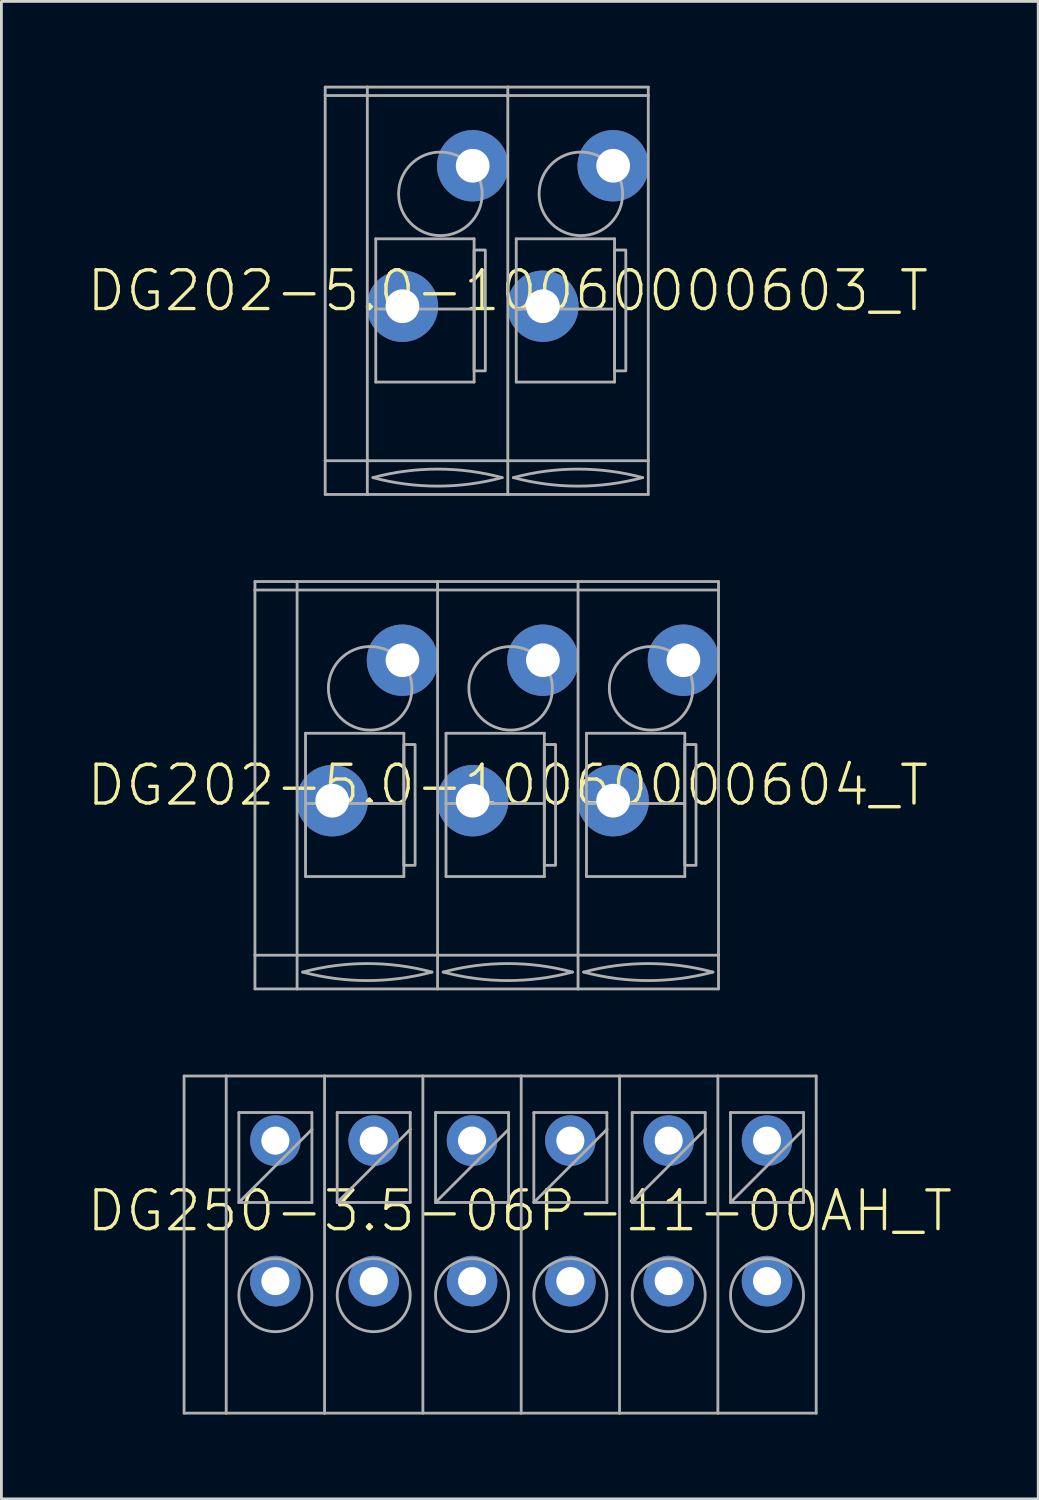
<source format=kicad_pcb>
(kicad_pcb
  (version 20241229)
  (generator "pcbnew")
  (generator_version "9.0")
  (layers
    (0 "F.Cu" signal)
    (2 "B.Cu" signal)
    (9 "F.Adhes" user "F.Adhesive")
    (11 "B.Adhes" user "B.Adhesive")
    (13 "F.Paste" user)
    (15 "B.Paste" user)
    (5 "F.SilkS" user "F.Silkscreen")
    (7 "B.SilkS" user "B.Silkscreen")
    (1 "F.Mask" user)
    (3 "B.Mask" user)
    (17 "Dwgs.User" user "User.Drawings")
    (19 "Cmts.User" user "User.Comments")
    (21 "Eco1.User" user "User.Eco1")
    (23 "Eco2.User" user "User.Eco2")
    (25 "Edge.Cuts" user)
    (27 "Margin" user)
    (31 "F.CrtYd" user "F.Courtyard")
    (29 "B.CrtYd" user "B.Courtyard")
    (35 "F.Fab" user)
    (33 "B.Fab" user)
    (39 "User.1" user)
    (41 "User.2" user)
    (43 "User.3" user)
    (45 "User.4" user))
  (footprint "DG202-5.0-10060000603_T"
    (layer "F.Cu")
    (at 15.025 7.3)
    (property "Reference" "DG202-5.0-10060000603_T" (at 0 0 0) (unlocked yes) (layer "F.SilkS") (effects (font (size 1.38 1.38) (thickness 0.12))))
    (fp_line (start -6.5 -7.25) (end -6.5 -6.95) (stroke (width 0.1) (type solid)) (layer "F.Fab"))
    (fp_line (start -6.5 -6.95) (end -6.5 6.05) (stroke (width 0.1) (type solid)) (layer "F.Fab"))
    (fp_line (start -6.5 6.05) (end -6.5 7.25) (stroke (width 0.1) (type solid)) (layer "F.Fab"))
    (fp_line (start -6.5 7.25) (end -5 7.25) (stroke (width 0.1) (type solid)) (layer "F.Fab"))
    (fp_line (start -5 -7.25) (end -6.5 -7.25) (stroke (width 0.1) (type solid)) (layer "F.Fab"))
    (fp_line (start -5 -7.25) (end -5 -6.95) (stroke (width 0.1) (type solid)) (layer "F.Fab"))
    (fp_line (start -5 -6.95) (end -6.5 -6.95) (stroke (width 0.1) (type solid)) (layer "F.Fab"))
    (fp_line (start -5 -6.95) (end -5 6.05) (stroke (width 0.1) (type solid)) (layer "F.Fab"))
    (fp_line (start -5 6.05) (end -6.5 6.05) (stroke (width 0.1) (type solid)) (layer "F.Fab"))
    (fp_line (start -5 6.05) (end -5 7.25) (stroke (width 0.1) (type solid)) (layer "F.Fab"))
    (fp_line (start -5 6.05) (end 0 6.05) (stroke (width 0.1) (type solid)) (layer "F.Fab"))
    (fp_line (start -4.7 -1.85) (end -1.2 -1.85) (stroke (width 0.1) (type solid)) (layer "F.Fab"))
    (fp_line (start -4.7 0.65) (end -4.7 -1.85) (stroke (width 0.1) (type solid)) (layer "F.Fab"))
    (fp_line (start -4.7 0.65) (end -1.2 0.65) (stroke (width 0.1) (type solid)) (layer "F.Fab"))
    (fp_line (start -4.7 3.25) (end -4.7 0.65) (stroke (width 0.1) (type solid)) (layer "F.Fab"))
    (fp_line (start -1.2 -1.85) (end -1.2 0.65) (stroke (width 0.1) (type solid)) (layer "F.Fab"))
    (fp_line (start -1.2 0.65) (end -1.2 3.25) (stroke (width 0.1) (type solid)) (layer "F.Fab"))
    (fp_line (start -1.2 3.25) (end -4.7 3.25) (stroke (width 0.1) (type solid)) (layer "F.Fab"))
    (fp_line (start 0 -7.25) (end -5 -7.25) (stroke (width 0.1) (type solid)) (layer "F.Fab"))
    (fp_line (start 0 -7.25) (end 0 -6.95) (stroke (width 0.1) (type solid)) (layer "F.Fab"))
    (fp_line (start 0 -6.95) (end -5 -6.95) (stroke (width 0.1) (type solid)) (layer "F.Fab"))
    (fp_line (start 0 -6.95) (end 0 6.05) (stroke (width 0.1) (type solid)) (layer "F.Fab"))
    (fp_line (start 0 6.05) (end 0 7.25) (stroke (width 0.1) (type solid)) (layer "F.Fab"))
    (fp_line (start 0 6.05) (end 5 6.05) (stroke (width 0.1) (type solid)) (layer "F.Fab"))
    (fp_line (start 0 7.25) (end -5 7.25) (stroke (width 0.1) (type solid)) (layer "F.Fab"))
    (fp_line (start 0.3 -1.85) (end 3.8 -1.85) (stroke (width 0.1) (type solid)) (layer "F.Fab"))
    (fp_line (start 0.3 0.65) (end 0.3 -1.85) (stroke (width 0.1) (type solid)) (layer "F.Fab"))
    (fp_line (start 0.3 0.65) (end 3.8 0.65) (stroke (width 0.1) (type solid)) (layer "F.Fab"))
    (fp_line (start 0.3 3.25) (end 0.3 0.65) (stroke (width 0.1) (type solid)) (layer "F.Fab"))
    (fp_line (start 3.8 -1.85) (end 3.8 0.65) (stroke (width 0.1) (type solid)) (layer "F.Fab"))
    (fp_line (start 3.8 0.65) (end 3.8 3.25) (stroke (width 0.1) (type solid)) (layer "F.Fab"))
    (fp_line (start 3.8 3.25) (end 0.3 3.25) (stroke (width 0.1) (type solid)) (layer "F.Fab"))
    (fp_line (start 5 -7.25) (end 0 -7.25) (stroke (width 0.1) (type solid)) (layer "F.Fab"))
    (fp_line (start 5 -7.25) (end 5 -6.95) (stroke (width 0.1) (type solid)) (layer "F.Fab"))
    (fp_line (start 5 -6.95) (end 0 -6.95) (stroke (width 0.1) (type solid)) (layer "F.Fab"))
    (fp_line (start 5 -6.95) (end 5 6.05) (stroke (width 0.1) (type solid)) (layer "F.Fab"))
    (fp_line (start 5 6.05) (end 5 7.25) (stroke (width 0.1) (type solid)) (layer "F.Fab"))
    (fp_line (start 5 7.25) (end 0 7.25) (stroke (width 0.1) (type solid)) (layer "F.Fab"))
    (fp_arc (start -4.8 6.65) (mid -2.5 6.347199) (end -0.2 6.65) (stroke (width 0.1) (type solid)) (layer "F.Fab"))
    (fp_arc (start -0.2 6.65) (mid -2.5 6.952801) (end -4.8 6.65) (stroke (width 0.1) (type solid)) (layer "F.Fab"))
    (fp_arc (start 0.2 6.65) (mid 2.5 6.347199) (end 4.8 6.65) (stroke (width 0.1) (type solid)) (layer "F.Fab"))
    (fp_arc (start 4.8 6.65) (mid 2.5 6.952801) (end 0.2 6.65) (stroke (width 0.1) (type solid)) (layer "F.Fab"))
    (fp_circle (center -2.4 -3.45) (end -0.913 -3.45) (stroke (width 0.1) (type solid)) (fill no) (layer "F.Fab"))
    (fp_circle (center 2.6 -3.45) (end 4.087 -3.45) (stroke (width 0.1) (type solid)) (fill no) (layer "F.Fab"))
    (fp_poly (pts (xy -1.2 2.85) (xy -0.8 2.85) (xy -0.8 -1.45) (xy -1.2 -1.45)) (stroke (width 0.1) (type default)) (fill no) (layer "F.Fab"))
    (fp_poly (pts (xy 3.8 2.85) (xy 4.2 2.85) (xy 4.2 -1.45) (xy 3.8 -1.45)) (stroke (width 0.1) (type default)) (fill no) (layer "F.Fab"))
    (pad "1" thru_hole circle (at -3.75 0.55) (size 2.54 2.54) (drill 1.2) (layers "*.Cu" "*.Mask"))
    (pad "2" thru_hole circle (at -1.25 -4.45) (size 2.54 2.54) (drill 1.2) (layers "*.Cu" "*.Mask"))
    (pad "3" thru_hole circle (at 1.25 0.55) (size 2.54 2.54) (drill 1.2) (layers "*.Cu" "*.Mask"))
    (pad "4" thru_hole circle (at 3.75 -4.45) (size 2.54 2.54) (drill 1.2) (layers "*.Cu" "*.Mask")))
  (footprint "DG250-3.5-06P-11-00AH_T"
    (layer "F.Cu")
    (at 15.502 40.05)
    (property "Reference" "DG250-3.5-06P-11-00AH_T" (at -0.05 0 0) (unlocked yes) (layer "F.SilkS") (effects (font (size 1.38 1.38) (thickness 0.12))))
    (fp_line (start -12 -4.8) (end -12 7.2) (stroke (width 0.1) (type solid)) (layer "F.Fab"))
    (fp_line (start -12 -4.8) (end -10.5 -4.8) (stroke (width 0.1) (type solid)) (layer "F.Fab"))
    (fp_line (start -12 7.2) (end -10.5 7.2) (stroke (width 0.1) (type solid)) (layer "F.Fab"))
    (fp_line (start -10.5 -4.8) (end -10.5 7.2) (stroke (width 0.1) (type solid)) (layer "F.Fab"))
    (fp_line (start -10.5 -4.8) (end -7 -4.8) (stroke (width 0.1) (type solid)) (layer "F.Fab"))
    (fp_line (start -10.5 7.2) (end -7 7.2) (stroke (width 0.1) (type solid)) (layer "F.Fab"))
    (fp_line (start -10.05 -3.5) (end -10.05 -0.3) (stroke (width 0.1) (type solid)) (layer "F.Fab"))
    (fp_line (start -10.05 -0.3) (end -7.45 -2.9) (stroke (width 0.1) (type solid)) (layer "F.Fab"))
    (fp_line (start -10.05 -0.3) (end -7.45 -0.3) (stroke (width 0.1) (type solid)) (layer "F.Fab"))
    (fp_line (start -7.45 -3.5) (end -10.05 -3.5) (stroke (width 0.1) (type solid)) (layer "F.Fab"))
    (fp_line (start -7.45 -2.9) (end -7.45 -3.5) (stroke (width 0.1) (type solid)) (layer "F.Fab"))
    (fp_line (start -7.45 -0.3) (end -7.45 -2.9) (stroke (width 0.1) (type solid)) (layer "F.Fab"))
    (fp_line (start -7 -4.8) (end -7 7.2) (stroke (width 0.1) (type solid)) (layer "F.Fab"))
    (fp_line (start -7 -4.8) (end -3.5 -4.8) (stroke (width 0.1) (type solid)) (layer "F.Fab"))
    (fp_line (start -7 7.2) (end -3.5 7.2) (stroke (width 0.1) (type solid)) (layer "F.Fab"))
    (fp_line (start -6.55 -3.5) (end -6.55 -0.3) (stroke (width 0.1) (type solid)) (layer "F.Fab"))
    (fp_line (start -6.55 -0.3) (end -3.95 -2.9) (stroke (width 0.1) (type solid)) (layer "F.Fab"))
    (fp_line (start -6.55 -0.3) (end -3.95 -0.3) (stroke (width 0.1) (type solid)) (layer "F.Fab"))
    (fp_line (start -3.95 -3.5) (end -6.55 -3.5) (stroke (width 0.1) (type solid)) (layer "F.Fab"))
    (fp_line (start -3.95 -2.9) (end -3.95 -3.5) (stroke (width 0.1) (type solid)) (layer "F.Fab"))
    (fp_line (start -3.95 -0.3) (end -3.95 -2.9) (stroke (width 0.1) (type solid)) (layer "F.Fab"))
    (fp_line (start -3.5 -4.8) (end -3.5 7.2) (stroke (width 0.1) (type solid)) (layer "F.Fab"))
    (fp_line (start -3.5 -4.8) (end 0 -4.8) (stroke (width 0.1) (type solid)) (layer "F.Fab"))
    (fp_line (start -3.5 7.2) (end 0 7.2) (stroke (width 0.1) (type solid)) (layer "F.Fab"))
    (fp_line (start -3.05 -3.5) (end -3.05 -0.3) (stroke (width 0.1) (type solid)) (layer "F.Fab"))
    (fp_line (start -3.05 -0.3) (end -0.45 -2.9) (stroke (width 0.1) (type solid)) (layer "F.Fab"))
    (fp_line (start -3.05 -0.3) (end -0.45 -0.3) (stroke (width 0.1) (type solid)) (layer "F.Fab"))
    (fp_line (start -0.45 -3.5) (end -3.05 -3.5) (stroke (width 0.1) (type solid)) (layer "F.Fab"))
    (fp_line (start -0.45 -2.9) (end -0.45 -3.5) (stroke (width 0.1) (type solid)) (layer "F.Fab"))
    (fp_line (start -0.45 -0.3) (end -0.45 -2.9) (stroke (width 0.1) (type solid)) (layer "F.Fab"))
    (fp_line (start 0 -4.8) (end 0 7.2) (stroke (width 0.1) (type solid)) (layer "F.Fab"))
    (fp_line (start 0 -4.8) (end 3.5 -4.8) (stroke (width 0.1) (type solid)) (layer "F.Fab"))
    (fp_line (start 0 7.2) (end 3.5 7.2) (stroke (width 0.1) (type solid)) (layer "F.Fab"))
    (fp_line (start 0.45 -3.5) (end 0.45 -0.3) (stroke (width 0.1) (type solid)) (layer "F.Fab"))
    (fp_line (start 0.45 -0.3) (end 3.05 -2.9) (stroke (width 0.1) (type solid)) (layer "F.Fab"))
    (fp_line (start 0.45 -0.3) (end 3.05 -0.3) (stroke (width 0.1) (type solid)) (layer "F.Fab"))
    (fp_line (start 3.05 -3.5) (end 0.45 -3.5) (stroke (width 0.1) (type solid)) (layer "F.Fab"))
    (fp_line (start 3.05 -2.9) (end 3.05 -3.5) (stroke (width 0.1) (type solid)) (layer "F.Fab"))
    (fp_line (start 3.05 -0.3) (end 3.05 -2.9) (stroke (width 0.1) (type solid)) (layer "F.Fab"))
    (fp_line (start 3.5 -4.8) (end 3.5 7.2) (stroke (width 0.1) (type solid)) (layer "F.Fab"))
    (fp_line (start 3.5 -4.8) (end 7 -4.8) (stroke (width 0.1) (type solid)) (layer "F.Fab"))
    (fp_line (start 3.5 7.2) (end 7 7.2) (stroke (width 0.1) (type solid)) (layer "F.Fab"))
    (fp_line (start 3.95 -3.5) (end 3.95 -0.3) (stroke (width 0.1) (type solid)) (layer "F.Fab"))
    (fp_line (start 3.95 -0.3) (end 6.55 -2.9) (stroke (width 0.1) (type solid)) (layer "F.Fab"))
    (fp_line (start 3.95 -0.3) (end 6.55 -0.3) (stroke (width 0.1) (type solid)) (layer "F.Fab"))
    (fp_line (start 6.55 -3.5) (end 3.95 -3.5) (stroke (width 0.1) (type solid)) (layer "F.Fab"))
    (fp_line (start 6.55 -2.9) (end 6.55 -3.5) (stroke (width 0.1) (type solid)) (layer "F.Fab"))
    (fp_line (start 6.55 -0.3) (end 6.55 -2.9) (stroke (width 0.1) (type solid)) (layer "F.Fab"))
    (fp_line (start 7 -4.8) (end 7 7.2) (stroke (width 0.1) (type solid)) (layer "F.Fab"))
    (fp_line (start 7 -4.8) (end 10.5 -4.8) (stroke (width 0.1) (type solid)) (layer "F.Fab"))
    (fp_line (start 7 7.2) (end 10.5 7.2) (stroke (width 0.1) (type solid)) (layer "F.Fab"))
    (fp_line (start 7.45 -3.5) (end 7.45 -0.3) (stroke (width 0.1) (type solid)) (layer "F.Fab"))
    (fp_line (start 7.45 -0.3) (end 10.05 -2.9) (stroke (width 0.1) (type solid)) (layer "F.Fab"))
    (fp_line (start 7.45 -0.3) (end 10.05 -0.3) (stroke (width 0.1) (type solid)) (layer "F.Fab"))
    (fp_line (start 10.05 -3.5) (end 7.45 -3.5) (stroke (width 0.1) (type solid)) (layer "F.Fab"))
    (fp_line (start 10.05 -2.9) (end 10.05 -3.5) (stroke (width 0.1) (type solid)) (layer "F.Fab"))
    (fp_line (start 10.05 -0.3) (end 10.05 -2.9) (stroke (width 0.1) (type solid)) (layer "F.Fab"))
    (fp_line (start 10.5 -4.8) (end 10.5 7.2) (stroke (width 0.1) (type solid)) (layer "F.Fab"))
    (fp_circle (center -8.75 3) (end -7.45 3) (stroke (width 0.1) (type solid)) (fill no) (layer "F.Fab"))
    (fp_circle (center -5.25 3) (end -3.95 3) (stroke (width 0.1) (type solid)) (fill no) (layer "F.Fab"))
    (fp_circle (center -1.75 3) (end -0.45 3) (stroke (width 0.1) (type solid)) (fill no) (layer "F.Fab"))
    (fp_circle (center 1.75 3) (end 3.05 3) (stroke (width 0.1) (type solid)) (fill no) (layer "F.Fab"))
    (fp_circle (center 5.25 3) (end 6.55 3) (stroke (width 0.1) (type solid)) (fill no) (layer "F.Fab"))
    (fp_circle (center 8.75 3) (end 10.05 3) (stroke (width 0.1) (type solid)) (fill no) (layer "F.Fab"))
    (pad "1A" thru_hole circle (at -8.75 -2.5) (size 1.8 1.8) (drill 1) (layers "*.Cu" "*.Mask"))
    (pad "1B" thru_hole circle (at -8.75 2.5) (size 1.8 1.8) (drill 1) (layers "*.Cu" "*.Mask"))
    (pad "2A" thru_hole circle (at -5.25 -2.5) (size 1.8 1.8) (drill 1) (layers "*.Cu" "*.Mask"))
    (pad "2B" thru_hole circle (at -5.25 2.5) (size 1.8 1.8) (drill 1) (layers "*.Cu" "*.Mask"))
    (pad "3A" thru_hole circle (at -1.75 -2.5) (size 1.8 1.8) (drill 1) (layers "*.Cu" "*.Mask"))
    (pad "3B" thru_hole circle (at -1.75 2.5) (size 1.8 1.8) (drill 1) (layers "*.Cu" "*.Mask"))
    (pad "4A" thru_hole circle (at 1.75 -2.5) (size 1.8 1.8) (drill 1) (layers "*.Cu" "*.Mask"))
    (pad "4B" thru_hole circle (at 1.75 2.5) (size 1.8 1.8) (drill 1) (layers "*.Cu" "*.Mask"))
    (pad "5A" thru_hole circle (at 5.25 -2.5) (size 1.8 1.8) (drill 1) (layers "*.Cu" "*.Mask"))
    (pad "5B" thru_hole circle (at 5.25 2.5) (size 1.8 1.8) (drill 1) (layers "*.Cu" "*.Mask"))
    (pad "6A" thru_hole circle (at 8.75 -2.5) (size 1.8 1.8) (drill 1) (layers "*.Cu" "*.Mask"))
    (pad "6B" thru_hole circle (at 8.75 2.5) (size 1.8 1.8) (drill 1) (layers "*.Cu" "*.Mask")))
  (footprint "DG202-5.0-10060000604_T"
    (layer "F.Cu")
    (at 15.025 24.9)
    (property "Reference" "DG202-5.0-10060000604_T" (at 0 0 0) (unlocked yes) (layer "F.SilkS") (effects (font (size 1.38 1.38) (thickness 0.12))))
    (fp_line (start -9 -7.25) (end -9 -6.95) (stroke (width 0.1) (type solid)) (layer "F.Fab"))
    (fp_line (start -9 -6.95) (end -9 6.05) (stroke (width 0.1) (type solid)) (layer "F.Fab"))
    (fp_line (start -9 6.05) (end -9 7.25) (stroke (width 0.1) (type solid)) (layer "F.Fab"))
    (fp_line (start -9 7.25) (end -7.5 7.25) (stroke (width 0.1) (type solid)) (layer "F.Fab"))
    (fp_line (start -7.5 -7.25) (end -9 -7.25) (stroke (width 0.1) (type solid)) (layer "F.Fab"))
    (fp_line (start -7.5 -7.25) (end -7.5 -6.95) (stroke (width 0.1) (type solid)) (layer "F.Fab"))
    (fp_line (start -7.5 -6.95) (end -9 -6.95) (stroke (width 0.1) (type solid)) (layer "F.Fab"))
    (fp_line (start -7.5 -6.95) (end -7.5 6.05) (stroke (width 0.1) (type solid)) (layer "F.Fab"))
    (fp_line (start -7.5 6.05) (end -9 6.05) (stroke (width 0.1) (type solid)) (layer "F.Fab"))
    (fp_line (start -7.5 6.05) (end -7.5 7.25) (stroke (width 0.1) (type solid)) (layer "F.Fab"))
    (fp_line (start -7.5 6.05) (end -2.5 6.05) (stroke (width 0.1) (type solid)) (layer "F.Fab"))
    (fp_line (start -7.2 -1.85) (end -3.7 -1.85) (stroke (width 0.1) (type solid)) (layer "F.Fab"))
    (fp_line (start -7.2 0.65) (end -7.2 -1.85) (stroke (width 0.1) (type solid)) (layer "F.Fab"))
    (fp_line (start -7.2 0.65) (end -3.7 0.65) (stroke (width 0.1) (type solid)) (layer "F.Fab"))
    (fp_line (start -7.2 3.25) (end -7.2 0.65) (stroke (width 0.1) (type solid)) (layer "F.Fab"))
    (fp_line (start -3.7 -1.85) (end -3.7 0.65) (stroke (width 0.1) (type solid)) (layer "F.Fab"))
    (fp_line (start -3.7 0.65) (end -3.7 3.25) (stroke (width 0.1) (type solid)) (layer "F.Fab"))
    (fp_line (start -3.7 3.25) (end -7.2 3.25) (stroke (width 0.1) (type solid)) (layer "F.Fab"))
    (fp_line (start -2.5 -7.25) (end -7.5 -7.25) (stroke (width 0.1) (type solid)) (layer "F.Fab"))
    (fp_line (start -2.5 -7.25) (end -2.5 -6.95) (stroke (width 0.1) (type solid)) (layer "F.Fab"))
    (fp_line (start -2.5 -6.95) (end -7.5 -6.95) (stroke (width 0.1) (type solid)) (layer "F.Fab"))
    (fp_line (start -2.5 -6.95) (end -2.5 6.05) (stroke (width 0.1) (type solid)) (layer "F.Fab"))
    (fp_line (start -2.5 6.05) (end -2.5 7.25) (stroke (width 0.1) (type solid)) (layer "F.Fab"))
    (fp_line (start -2.5 6.05) (end 2.5 6.05) (stroke (width 0.1) (type solid)) (layer "F.Fab"))
    (fp_line (start -2.5 7.25) (end -7.5 7.25) (stroke (width 0.1) (type solid)) (layer "F.Fab"))
    (fp_line (start -2.2 -1.85) (end 1.3 -1.85) (stroke (width 0.1) (type solid)) (layer "F.Fab"))
    (fp_line (start -2.2 0.65) (end -2.2 -1.85) (stroke (width 0.1) (type solid)) (layer "F.Fab"))
    (fp_line (start -2.2 0.65) (end 1.3 0.65) (stroke (width 0.1) (type solid)) (layer "F.Fab"))
    (fp_line (start -2.2 3.25) (end -2.2 0.65) (stroke (width 0.1) (type solid)) (layer "F.Fab"))
    (fp_line (start 1.3 -1.85) (end 1.3 0.65) (stroke (width 0.1) (type solid)) (layer "F.Fab"))
    (fp_line (start 1.3 0.65) (end 1.3 3.25) (stroke (width 0.1) (type solid)) (layer "F.Fab"))
    (fp_line (start 1.3 3.25) (end -2.2 3.25) (stroke (width 0.1) (type solid)) (layer "F.Fab"))
    (fp_line (start 2.5 -7.25) (end -2.5 -7.25) (stroke (width 0.1) (type solid)) (layer "F.Fab"))
    (fp_line (start 2.5 -7.25) (end 2.5 -6.95) (stroke (width 0.1) (type solid)) (layer "F.Fab"))
    (fp_line (start 2.5 -6.95) (end -2.5 -6.95) (stroke (width 0.1) (type solid)) (layer "F.Fab"))
    (fp_line (start 2.5 -6.95) (end 2.5 6.05) (stroke (width 0.1) (type solid)) (layer "F.Fab"))
    (fp_line (start 2.5 6.05) (end 2.5 7.25) (stroke (width 0.1) (type solid)) (layer "F.Fab"))
    (fp_line (start 2.5 6.05) (end 7.5 6.05) (stroke (width 0.1) (type solid)) (layer "F.Fab"))
    (fp_line (start 2.5 7.25) (end -2.5 7.25) (stroke (width 0.1) (type solid)) (layer "F.Fab"))
    (fp_line (start 2.8 -1.85) (end 6.3 -1.85) (stroke (width 0.1) (type solid)) (layer "F.Fab"))
    (fp_line (start 2.8 0.65) (end 2.8 -1.85) (stroke (width 0.1) (type solid)) (layer "F.Fab"))
    (fp_line (start 2.8 0.65) (end 6.3 0.65) (stroke (width 0.1) (type solid)) (layer "F.Fab"))
    (fp_line (start 2.8 3.25) (end 2.8 0.65) (stroke (width 0.1) (type solid)) (layer "F.Fab"))
    (fp_line (start 6.3 -1.85) (end 6.3 0.65) (stroke (width 0.1) (type solid)) (layer "F.Fab"))
    (fp_line (start 6.3 0.65) (end 6.3 3.25) (stroke (width 0.1) (type solid)) (layer "F.Fab"))
    (fp_line (start 6.3 3.25) (end 2.8 3.25) (stroke (width 0.1) (type solid)) (layer "F.Fab"))
    (fp_line (start 7.5 -7.25) (end 2.5 -7.25) (stroke (width 0.1) (type solid)) (layer "F.Fab"))
    (fp_line (start 7.5 -7.25) (end 7.5 -6.95) (stroke (width 0.1) (type solid)) (layer "F.Fab"))
    (fp_line (start 7.5 -6.95) (end 2.5 -6.95) (stroke (width 0.1) (type solid)) (layer "F.Fab"))
    (fp_line (start 7.5 -6.95) (end 7.5 6.05) (stroke (width 0.1) (type solid)) (layer "F.Fab"))
    (fp_line (start 7.5 6.05) (end 7.5 7.25) (stroke (width 0.1) (type solid)) (layer "F.Fab"))
    (fp_line (start 7.5 7.25) (end 2.5 7.25) (stroke (width 0.1) (type solid)) (layer "F.Fab"))
    (fp_arc (start -7.3 6.65) (mid -5 6.347199) (end -2.7 6.65) (stroke (width 0.1) (type solid)) (layer "F.Fab"))
    (fp_arc (start -2.7 6.65) (mid -5 6.952801) (end -7.3 6.65) (stroke (width 0.1) (type solid)) (layer "F.Fab"))
    (fp_arc (start -2.3 6.65) (mid 0 6.347199) (end 2.3 6.65) (stroke (width 0.1) (type solid)) (layer "F.Fab"))
    (fp_arc (start 2.3 6.65) (mid 0 6.952801) (end -2.3 6.65) (stroke (width 0.1) (type solid)) (layer "F.Fab"))
    (fp_arc (start 2.7 6.65) (mid 5 6.347199) (end 7.3 6.65) (stroke (width 0.1) (type solid)) (layer "F.Fab"))
    (fp_arc (start 7.3 6.65) (mid 5 6.952801) (end 2.7 6.65) (stroke (width 0.1) (type solid)) (layer "F.Fab"))
    (fp_circle (center -4.9 -3.45) (end -3.413 -3.45) (stroke (width 0.1) (type solid)) (fill no) (layer "F.Fab"))
    (fp_circle (center 0.1 -3.45) (end 1.587 -3.45) (stroke (width 0.1) (type solid)) (fill no) (layer "F.Fab"))
    (fp_circle (center 5.1 -3.45) (end 6.587 -3.45) (stroke (width 0.1) (type solid)) (fill no) (layer "F.Fab"))
    (fp_poly (pts (xy -3.7 2.85) (xy -3.3 2.85) (xy -3.3 -1.45) (xy -3.7 -1.45)) (stroke (width 0.1) (type default)) (fill no) (layer "F.Fab"))
    (fp_poly (pts (xy 1.3 2.85) (xy 1.7 2.85) (xy 1.7 -1.45) (xy 1.3 -1.45)) (stroke (width 0.1) (type default)) (fill no) (layer "F.Fab"))
    (fp_poly (pts (xy 6.3 2.85) (xy 6.7 2.85) (xy 6.7 -1.45) (xy 6.3 -1.45)) (stroke (width 0.1) (type default)) (fill no) (layer "F.Fab"))
    (pad "1" thru_hole circle (at -6.25 0.55) (size 2.54 2.54) (drill 1.2) (layers "*.Cu" "*.Mask"))
    (pad "2" thru_hole circle (at -3.75 -4.45) (size 2.54 2.54) (drill 1.2) (layers "*.Cu" "*.Mask"))
    (pad "3" thru_hole circle (at -1.25 0.55) (size 2.54 2.54) (drill 1.2) (layers "*.Cu" "*.Mask"))
    (pad "4" thru_hole circle (at 1.25 -4.45) (size 2.54 2.54) (drill 1.2) (layers "*.Cu" "*.Mask"))
    (pad "5" thru_hole circle (at 3.75 0.55) (size 2.54 2.54) (drill 1.2) (layers "*.Cu" "*.Mask"))
    (pad "6" thru_hole circle (at 6.25 -4.45) (size 2.54 2.54) (drill 1.2) (layers "*.Cu" "*.Mask")))
  (gr_rect
    (start -3 -3)
    (end 33.904 50.3)
    (stroke (width 0.1) (type default))
    (fill no)
    (layer "Edge.Cuts")))
</source>
